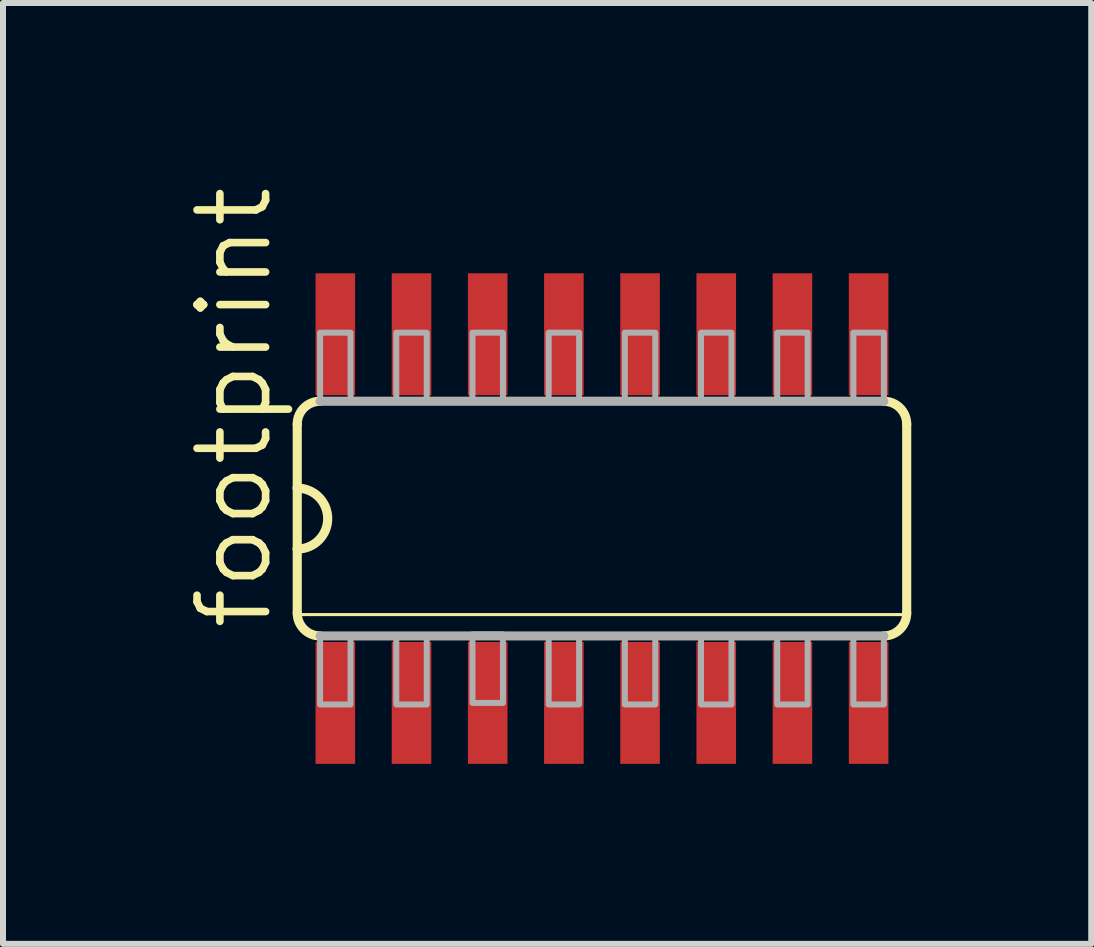
<source format=kicad_pcb>
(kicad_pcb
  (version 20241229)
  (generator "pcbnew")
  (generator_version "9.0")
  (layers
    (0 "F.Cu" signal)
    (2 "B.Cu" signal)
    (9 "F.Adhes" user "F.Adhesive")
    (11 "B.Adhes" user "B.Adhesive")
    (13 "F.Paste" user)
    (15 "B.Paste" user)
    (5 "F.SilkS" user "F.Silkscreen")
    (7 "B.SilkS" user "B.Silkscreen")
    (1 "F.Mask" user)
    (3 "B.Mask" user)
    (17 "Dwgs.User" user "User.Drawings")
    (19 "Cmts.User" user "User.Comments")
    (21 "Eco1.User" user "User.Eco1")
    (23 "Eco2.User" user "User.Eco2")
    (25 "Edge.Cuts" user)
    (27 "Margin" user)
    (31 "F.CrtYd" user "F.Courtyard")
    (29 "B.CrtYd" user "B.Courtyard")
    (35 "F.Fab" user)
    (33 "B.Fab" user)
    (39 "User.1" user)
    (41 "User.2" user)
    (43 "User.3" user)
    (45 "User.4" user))
  (footprint "footprint"
    (layer "F.Cu")
    (at 6.985 5.595)
    (property "Reference" "footprint" (at -5.461 1.905 90) (layer "F.SilkS") (effects (font (size 1.143 1.143) (thickness 0.127)) (justify left bottom)))
    (fp_line (start -5.08 -1.575) (end -5.08 -0.508) (stroke (width 0.152) (type solid)) (layer "F.SilkS"))
    (fp_line (start -5.08 -0.508) (end -5.08 0.508) (stroke (width 0.152) (type solid)) (layer "F.SilkS"))
    (fp_line (start -5.08 0.508) (end -5.08 1.575) (stroke (width 0.152) (type solid)) (layer "F.SilkS"))
    (fp_line (start -5.08 1.6) (end 5.08 1.6) (stroke (width 0.051) (type solid)) (layer "F.SilkS"))
    (fp_line (start 5.08 1.575) (end 5.08 -1.575) (stroke (width 0.152) (type solid)) (layer "F.SilkS"))
    (fp_arc (start -5.08 -1.5748) (mid -4.968408 -1.844208) (end -4.699 -1.9558) (stroke (width 0.1524) (type solid)) (layer "F.SilkS"))
    (fp_arc (start -5.08 -0.508) (mid -4.572 0) (end -5.08 0.508) (stroke (width 0.1524) (type solid)) (layer "F.SilkS"))
    (fp_arc (start -4.699 1.9558) (mid -4.968408 1.844208) (end -5.08 1.5748) (stroke (width 0.1524) (type solid)) (layer "F.SilkS"))
    (fp_arc (start 4.699 -1.9558) (mid 4.968408 -1.844208) (end 5.08 -1.5748) (stroke (width 0.1524) (type solid)) (layer "F.SilkS"))
    (fp_arc (start 5.08 1.5748) (mid 4.968408 1.844208) (end 4.699 1.9558) (stroke (width 0.1524) (type solid)) (layer "F.SilkS"))
    (fp_line (start -4.699 1.956) (end 4.699 1.956) (stroke (width 0.152) (type solid)) (layer "F.Fab"))
    (fp_line (start 4.699 -1.956) (end -4.699 -1.956) (stroke (width 0.152) (type solid)) (layer "F.Fab"))
    (fp_poly (pts (xy -4.699 -1.956) (xy -4.191 -1.956) (xy -4.191 -3.099) (xy -4.699 -3.099)) (stroke (width 0.1) (type solid)) (fill no) (layer "F.Fab"))
    (fp_poly (pts (xy -4.699 3.099) (xy -4.191 3.099) (xy -4.191 1.956) (xy -4.699 1.956)) (stroke (width 0.1) (type solid)) (fill no) (layer "F.Fab"))
    (fp_poly (pts (xy -3.429 -1.956) (xy -2.921 -1.956) (xy -2.921 -3.099) (xy -3.429 -3.099)) (stroke (width 0.1) (type solid)) (fill no) (layer "F.Fab"))
    (fp_poly (pts (xy -3.429 3.099) (xy -2.921 3.099) (xy -2.921 1.956) (xy -3.429 1.956)) (stroke (width 0.1) (type solid)) (fill no) (layer "F.Fab"))
    (fp_poly (pts (xy -2.159 -1.956) (xy -1.651 -1.956) (xy -1.651 -3.099) (xy -2.159 -3.099)) (stroke (width 0.1) (type solid)) (fill no) (layer "F.Fab"))
    (fp_poly (pts (xy -2.159 3.073) (xy -1.651 3.073) (xy -1.651 1.93) (xy -2.159 1.93)) (stroke (width 0.1) (type solid)) (fill no) (layer "F.Fab"))
    (fp_poly (pts (xy -0.889 -1.956) (xy -0.381 -1.956) (xy -0.381 -3.099) (xy -0.889 -3.099)) (stroke (width 0.1) (type solid)) (fill no) (layer "F.Fab"))
    (fp_poly (pts (xy -0.889 3.099) (xy -0.381 3.099) (xy -0.381 1.956) (xy -0.889 1.956)) (stroke (width 0.1) (type solid)) (fill no) (layer "F.Fab"))
    (fp_poly (pts (xy 0.381 -1.956) (xy 0.889 -1.956) (xy 0.889 -3.099) (xy 0.381 -3.099)) (stroke (width 0.1) (type solid)) (fill no) (layer "F.Fab"))
    (fp_poly (pts (xy 0.381 3.099) (xy 0.889 3.099) (xy 0.889 1.956) (xy 0.381 1.956)) (stroke (width 0.1) (type solid)) (fill no) (layer "F.Fab"))
    (fp_poly (pts (xy 1.651 -1.956) (xy 2.159 -1.956) (xy 2.159 -3.099) (xy 1.651 -3.099)) (stroke (width 0.1) (type solid)) (fill no) (layer "F.Fab"))
    (fp_poly (pts (xy 1.651 3.099) (xy 2.159 3.099) (xy 2.159 1.956) (xy 1.651 1.956)) (stroke (width 0.1) (type solid)) (fill no) (layer "F.Fab"))
    (fp_poly (pts (xy 2.921 -1.956) (xy 3.429 -1.956) (xy 3.429 -3.099) (xy 2.921 -3.099)) (stroke (width 0.1) (type solid)) (fill no) (layer "F.Fab"))
    (fp_poly (pts (xy 2.921 3.099) (xy 3.429 3.099) (xy 3.429 1.956) (xy 2.921 1.956)) (stroke (width 0.1) (type solid)) (fill no) (layer "F.Fab"))
    (fp_poly (pts (xy 4.191 -1.956) (xy 4.699 -1.956) (xy 4.699 -3.099) (xy 4.191 -3.099)) (stroke (width 0.1) (type solid)) (fill no) (layer "F.Fab"))
    (fp_poly (pts (xy 4.191 3.099) (xy 4.699 3.099) (xy 4.699 1.956) (xy 4.191 1.956)) (stroke (width 0.1) (type solid)) (fill no) (layer "F.Fab"))
    (pad "1" smd rect (at -4.445 3.073) (size 0.66 2.032) (layers "F.Cu" "F.Mask" "F.Paste"))
    (pad "2" smd rect (at -3.175 3.073) (size 0.66 2.032) (layers "F.Cu" "F.Mask" "F.Paste"))
    (pad "3" smd rect (at -1.905 3.073) (size 0.66 2.032) (layers "F.Cu" "F.Mask" "F.Paste"))
    (pad "4" smd rect (at -0.635 3.073) (size 0.66 2.032) (layers "F.Cu" "F.Mask" "F.Paste"))
    (pad "5" smd rect (at 0.635 3.073) (size 0.66 2.032) (layers "F.Cu" "F.Mask" "F.Paste"))
    (pad "6" smd rect (at 1.905 3.073) (size 0.66 2.032) (layers "F.Cu" "F.Mask" "F.Paste"))
    (pad "7" smd rect (at 3.175 3.073) (size 0.66 2.032) (layers "F.Cu" "F.Mask" "F.Paste"))
    (pad "8" smd rect (at 4.445 3.073) (size 0.66 2.032) (layers "F.Cu" "F.Mask" "F.Paste"))
    (pad "9" smd rect (at 4.445 -3.073) (size 0.66 2.032) (layers "F.Cu" "F.Mask" "F.Paste"))
    (pad "10" smd rect (at 3.175 -3.073) (size 0.66 2.032) (layers "F.Cu" "F.Mask" "F.Paste"))
    (pad "11" smd rect (at 1.905 -3.073) (size 0.66 2.032) (layers "F.Cu" "F.Mask" "F.Paste"))
    (pad "12" smd rect (at 0.635 -3.073) (size 0.66 2.032) (layers "F.Cu" "F.Mask" "F.Paste"))
    (pad "13" smd rect (at -0.635 -3.073) (size 0.66 2.032) (layers "F.Cu" "F.Mask" "F.Paste"))
    (pad "14" smd rect (at -1.905 -3.073) (size 0.66 2.032) (layers "F.Cu" "F.Mask" "F.Paste"))
    (pad "15" smd rect (at -3.175 -3.073) (size 0.66 2.032) (layers "F.Cu" "F.Mask" "F.Paste"))
    (pad "16" smd rect (at -4.445 -3.073) (size 0.66 2.032) (layers "F.Cu" "F.Mask" "F.Paste")))
  (gr_rect
    (start -3 -3)
    (end 15.141 12.685)
    (stroke (width 0.1) (type default))
    (fill no)
    (layer "Edge.Cuts")))
</source>
